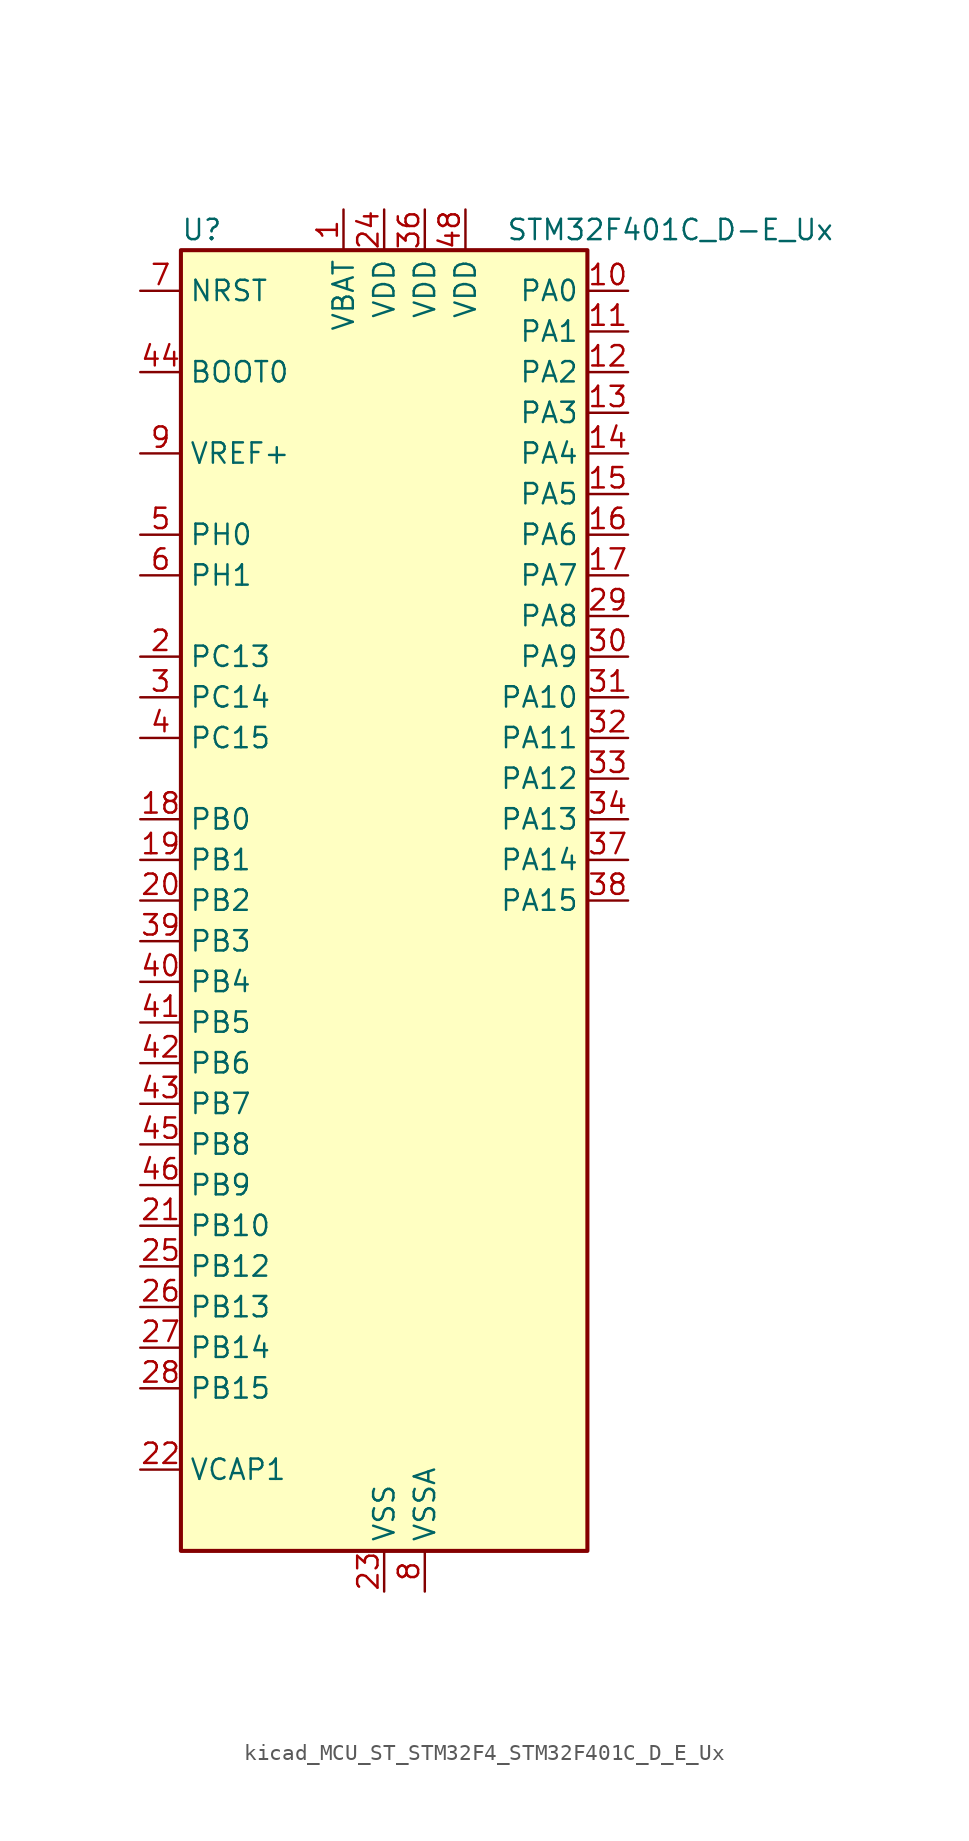
<source format=kicad_sym>
(kicad_symbol_lib
  (version 20220914)
  (generator kicad_symbol_editor)
  (symbol "kicad_MCU_ST_STM32F4_STM32F401C_D_E_Ux"
    (property "Reference" "U"
      (at -12.7 41.91 0)
      (effects (font (size 1.27 1.27)) (justify left)))
    (property "Value" "STM32F401C_D-E_Ux"
      (at 7.62 41.91 0)
      (effects (font (size 1.27 1.27)) (justify left)))
    (property "ki_locked" ""
      (at 0 0 0)
      (effects (font (size 1.27 1.27))))
    (symbol "kicad_MCU_ST_STM32F4_STM32F401C_D_E_Ux_0_1"
      (rectangle (start -12.7 -40.64) (end 12.7 40.64) (stroke (width 0.254) (type default)) (fill (type background))))
    (symbol "kicad_MCU_ST_STM32F4_STM32F401C_D_E_Ux_1_1"
      (pin power_in line (at -2.54 43.18 270) (length 2.54) (name "VBAT" (effects (font (size 1.27 1.27)))) (number "1" (effects (font (size 1.27 1.27)))))
      (pin bidirectional line (at 15.24 38.1 180) (length 2.54) (name "PA0" (effects (font (size 1.27 1.27)))) (number "10" (effects (font (size 1.27 1.27)))) (alternate "ADC1_IN0" bidirectional line) (alternate "SYS_WKUP" bidirectional line) (alternate "TIM2_CH1" bidirectional line) (alternate "TIM2_ETR" bidirectional line) (alternate "TIM5_CH1" bidirectional line) (alternate "USART2_CTS" bidirectional line))
      (pin bidirectional line (at 15.24 35.56 180) (length 2.54) (name "PA1" (effects (font (size 1.27 1.27)))) (number "11" (effects (font (size 1.27 1.27)))) (alternate "ADC1_IN1" bidirectional line) (alternate "TIM2_CH2" bidirectional line) (alternate "TIM5_CH2" bidirectional line) (alternate "USART2_RTS" bidirectional line))
      (pin bidirectional line (at 15.24 33.02 180) (length 2.54) (name "PA2" (effects (font (size 1.27 1.27)))) (number "12" (effects (font (size 1.27 1.27)))) (alternate "ADC1_IN2" bidirectional line) (alternate "TIM2_CH3" bidirectional line) (alternate "TIM5_CH3" bidirectional line) (alternate "TIM9_CH1" bidirectional line) (alternate "USART2_TX" bidirectional line))
      (pin bidirectional line (at 15.24 30.48 180) (length 2.54) (name "PA3" (effects (font (size 1.27 1.27)))) (number "13" (effects (font (size 1.27 1.27)))) (alternate "ADC1_IN3" bidirectional line) (alternate "TIM2_CH4" bidirectional line) (alternate "TIM5_CH4" bidirectional line) (alternate "TIM9_CH2" bidirectional line) (alternate "USART2_RX" bidirectional line))
      (pin bidirectional line (at 15.24 27.94 180) (length 2.54) (name "PA4" (effects (font (size 1.27 1.27)))) (number "14" (effects (font (size 1.27 1.27)))) (alternate "ADC1_IN4" bidirectional line) (alternate "I2S3_WS" bidirectional line) (alternate "SPI1_NSS" bidirectional line) (alternate "SPI3_NSS" bidirectional line) (alternate "USART2_CK" bidirectional line))
      (pin bidirectional line (at 15.24 25.4 180) (length 2.54) (name "PA5" (effects (font (size 1.27 1.27)))) (number "15" (effects (font (size 1.27 1.27)))) (alternate "ADC1_IN5" bidirectional line) (alternate "SPI1_SCK" bidirectional line) (alternate "TIM2_CH1" bidirectional line) (alternate "TIM2_ETR" bidirectional line))
      (pin bidirectional line (at 15.24 22.86 180) (length 2.54) (name "PA6" (effects (font (size 1.27 1.27)))) (number "16" (effects (font (size 1.27 1.27)))) (alternate "ADC1_IN6" bidirectional line) (alternate "SPI1_MISO" bidirectional line) (alternate "TIM1_BKIN" bidirectional line) (alternate "TIM3_CH1" bidirectional line))
      (pin bidirectional line (at 15.24 20.32 180) (length 2.54) (name "PA7" (effects (font (size 1.27 1.27)))) (number "17" (effects (font (size 1.27 1.27)))) (alternate "ADC1_IN7" bidirectional line) (alternate "SPI1_MOSI" bidirectional line) (alternate "TIM1_CH1N" bidirectional line) (alternate "TIM3_CH2" bidirectional line))
      (pin bidirectional line (at -15.24 5.08 0) (length 2.54) (name "PB0" (effects (font (size 1.27 1.27)))) (number "18" (effects (font (size 1.27 1.27)))) (alternate "ADC1_IN8" bidirectional line) (alternate "TIM1_CH2N" bidirectional line) (alternate "TIM3_CH3" bidirectional line))
      (pin bidirectional line (at -15.24 2.54 0) (length 2.54) (name "PB1" (effects (font (size 1.27 1.27)))) (number "19" (effects (font (size 1.27 1.27)))) (alternate "ADC1_IN9" bidirectional line) (alternate "TIM1_CH3N" bidirectional line) (alternate "TIM3_CH4" bidirectional line))
      (pin bidirectional line (at -15.24 15.24 0) (length 2.54) (name "PC13" (effects (font (size 1.27 1.27)))) (number "2" (effects (font (size 1.27 1.27)))) (alternate "RTC_AF1" bidirectional line))
      (pin bidirectional line (at -15.24 0 0) (length 2.54) (name "PB2" (effects (font (size 1.27 1.27)))) (number "20" (effects (font (size 1.27 1.27)))))
      (pin bidirectional line (at -15.24 -20.32 0) (length 2.54) (name "PB10" (effects (font (size 1.27 1.27)))) (number "21" (effects (font (size 1.27 1.27)))) (alternate "I2C2_SCL" bidirectional line) (alternate "I2S2_CK" bidirectional line) (alternate "SPI2_SCK" bidirectional line) (alternate "TIM2_CH3" bidirectional line))
      (pin power_out line (at -15.24 -35.56 0) (length 2.54) (name "VCAP1" (effects (font (size 1.27 1.27)))) (number "22" (effects (font (size 1.27 1.27)))))
      (pin power_in line (at 0 -43.18 90) (length 2.54) (name "VSS" (effects (font (size 1.27 1.27)))) (number "23" (effects (font (size 1.27 1.27)))))
      (pin power_in line (at 0 43.18 270) (length 2.54) (name "VDD" (effects (font (size 1.27 1.27)))) (number "24" (effects (font (size 1.27 1.27)))))
      (pin bidirectional line (at -15.24 -22.86 0) (length 2.54) (name "PB12" (effects (font (size 1.27 1.27)))) (number "25" (effects (font (size 1.27 1.27)))) (alternate "I2C2_SMBA" bidirectional line) (alternate "I2S2_WS" bidirectional line) (alternate "SPI2_NSS" bidirectional line) (alternate "TIM1_BKIN" bidirectional line))
      (pin bidirectional line (at -15.24 -25.4 0) (length 2.54) (name "PB13" (effects (font (size 1.27 1.27)))) (number "26" (effects (font (size 1.27 1.27)))) (alternate "I2S2_CK" bidirectional line) (alternate "SPI2_SCK" bidirectional line) (alternate "TIM1_CH1N" bidirectional line))
      (pin bidirectional line (at -15.24 -27.94 0) (length 2.54) (name "PB14" (effects (font (size 1.27 1.27)))) (number "27" (effects (font (size 1.27 1.27)))) (alternate "I2S2_ext_SD" bidirectional line) (alternate "SPI2_MISO" bidirectional line) (alternate "TIM1_CH2N" bidirectional line))
      (pin bidirectional line (at -15.24 -30.48 0) (length 2.54) (name "PB15" (effects (font (size 1.27 1.27)))) (number "28" (effects (font (size 1.27 1.27)))) (alternate "ADC1_EXTI15" bidirectional line) (alternate "I2S2_SD" bidirectional line) (alternate "RTC_REFIN" bidirectional line) (alternate "SPI2_MOSI" bidirectional line) (alternate "TIM1_CH3N" bidirectional line))
      (pin bidirectional line (at 15.24 17.78 180) (length 2.54) (name "PA8" (effects (font (size 1.27 1.27)))) (number "29" (effects (font (size 1.27 1.27)))) (alternate "I2C3_SCL" bidirectional line) (alternate "RCC_MCO_1" bidirectional line) (alternate "TIM1_CH1" bidirectional line) (alternate "USART1_CK" bidirectional line) (alternate "USB_OTG_FS_SOF" bidirectional line))
      (pin bidirectional line (at -15.24 12.7 0) (length 2.54) (name "PC14" (effects (font (size 1.27 1.27)))) (number "3" (effects (font (size 1.27 1.27)))) (alternate "RCC_OSC32_IN" bidirectional line))
      (pin bidirectional line (at 15.24 15.24 180) (length 2.54) (name "PA9" (effects (font (size 1.27 1.27)))) (number "30" (effects (font (size 1.27 1.27)))) (alternate "I2C3_SMBA" bidirectional line) (alternate "TIM1_CH2" bidirectional line) (alternate "USART1_TX" bidirectional line) (alternate "USB_OTG_FS_VBUS" bidirectional line))
      (pin bidirectional line (at 15.24 12.7 180) (length 2.54) (name "PA10" (effects (font (size 1.27 1.27)))) (number "31" (effects (font (size 1.27 1.27)))) (alternate "TIM1_CH3" bidirectional line) (alternate "USART1_RX" bidirectional line) (alternate "USB_OTG_FS_ID" bidirectional line))
      (pin bidirectional line (at 15.24 10.16 180) (length 2.54) (name "PA11" (effects (font (size 1.27 1.27)))) (number "32" (effects (font (size 1.27 1.27)))) (alternate "ADC1_EXTI11" bidirectional line) (alternate "TIM1_CH4" bidirectional line) (alternate "USART1_CTS" bidirectional line) (alternate "USART6_TX" bidirectional line) (alternate "USB_OTG_FS_DM" bidirectional line))
      (pin bidirectional line (at 15.24 7.62 180) (length 2.54) (name "PA12" (effects (font (size 1.27 1.27)))) (number "33" (effects (font (size 1.27 1.27)))) (alternate "TIM1_ETR" bidirectional line) (alternate "USART1_RTS" bidirectional line) (alternate "USART6_RX" bidirectional line) (alternate "USB_OTG_FS_DP" bidirectional line))
      (pin bidirectional line (at 15.24 5.08 180) (length 2.54) (name "PA13" (effects (font (size 1.27 1.27)))) (number "34" (effects (font (size 1.27 1.27)))) (alternate "SYS_JTMS-SWDIO" bidirectional line))
      (pin passive line (at 0 -43.18 90) (length 2.54) hide (name "VSS" (effects (font (size 1.27 1.27)))) (number "35" (effects (font (size 1.27 1.27)))))
      (pin power_in line (at 2.54 43.18 270) (length 2.54) (name "VDD" (effects (font (size 1.27 1.27)))) (number "36" (effects (font (size 1.27 1.27)))))
      (pin bidirectional line (at 15.24 2.54 180) (length 2.54) (name "PA14" (effects (font (size 1.27 1.27)))) (number "37" (effects (font (size 1.27 1.27)))) (alternate "SYS_JTCK-SWCLK" bidirectional line))
      (pin bidirectional line (at 15.24 0 180) (length 2.54) (name "PA15" (effects (font (size 1.27 1.27)))) (number "38" (effects (font (size 1.27 1.27)))) (alternate "ADC1_EXTI15" bidirectional line) (alternate "I2S3_WS" bidirectional line) (alternate "SPI1_NSS" bidirectional line) (alternate "SPI3_NSS" bidirectional line) (alternate "SYS_JTDI" bidirectional line) (alternate "TIM2_CH1" bidirectional line) (alternate "TIM2_ETR" bidirectional line))
      (pin bidirectional line (at -15.24 -2.54 0) (length 2.54) (name "PB3" (effects (font (size 1.27 1.27)))) (number "39" (effects (font (size 1.27 1.27)))) (alternate "I2C2_SDA" bidirectional line) (alternate "I2S3_CK" bidirectional line) (alternate "SPI1_SCK" bidirectional line) (alternate "SPI3_SCK" bidirectional line) (alternate "SYS_JTDO-SWO" bidirectional line) (alternate "TIM2_CH2" bidirectional line))
      (pin bidirectional line (at -15.24 10.16 0) (length 2.54) (name "PC15" (effects (font (size 1.27 1.27)))) (number "4" (effects (font (size 1.27 1.27)))) (alternate "ADC1_EXTI15" bidirectional line) (alternate "RCC_OSC32_OUT" bidirectional line))
      (pin bidirectional line (at -15.24 -5.08 0) (length 2.54) (name "PB4" (effects (font (size 1.27 1.27)))) (number "40" (effects (font (size 1.27 1.27)))) (alternate "I2C3_SDA" bidirectional line) (alternate "I2S3_ext_SD" bidirectional line) (alternate "SPI1_MISO" bidirectional line) (alternate "SPI3_MISO" bidirectional line) (alternate "SYS_JTRST" bidirectional line) (alternate "TIM3_CH1" bidirectional line))
      (pin bidirectional line (at -15.24 -7.62 0) (length 2.54) (name "PB5" (effects (font (size 1.27 1.27)))) (number "41" (effects (font (size 1.27 1.27)))) (alternate "I2C1_SMBA" bidirectional line) (alternate "I2S3_SD" bidirectional line) (alternate "SPI1_MOSI" bidirectional line) (alternate "SPI3_MOSI" bidirectional line) (alternate "TIM3_CH2" bidirectional line))
      (pin bidirectional line (at -15.24 -10.16 0) (length 2.54) (name "PB6" (effects (font (size 1.27 1.27)))) (number "42" (effects (font (size 1.27 1.27)))) (alternate "I2C1_SCL" bidirectional line) (alternate "TIM4_CH1" bidirectional line) (alternate "USART1_TX" bidirectional line))
      (pin bidirectional line (at -15.24 -12.7 0) (length 2.54) (name "PB7" (effects (font (size 1.27 1.27)))) (number "43" (effects (font (size 1.27 1.27)))) (alternate "I2C1_SDA" bidirectional line) (alternate "TIM4_CH2" bidirectional line) (alternate "USART1_RX" bidirectional line))
      (pin input line (at -15.24 33.02 0) (length 2.54) (name "BOOT0" (effects (font (size 1.27 1.27)))) (number "44" (effects (font (size 1.27 1.27)))))
      (pin bidirectional line (at -15.24 -15.24 0) (length 2.54) (name "PB8" (effects (font (size 1.27 1.27)))) (number "45" (effects (font (size 1.27 1.27)))) (alternate "I2C1_SCL" bidirectional line) (alternate "TIM10_CH1" bidirectional line) (alternate "TIM4_CH3" bidirectional line))
      (pin bidirectional line (at -15.24 -17.78 0) (length 2.54) (name "PB9" (effects (font (size 1.27 1.27)))) (number "46" (effects (font (size 1.27 1.27)))) (alternate "I2C1_SDA" bidirectional line) (alternate "I2S2_WS" bidirectional line) (alternate "SPI2_NSS" bidirectional line) (alternate "TIM11_CH1" bidirectional line) (alternate "TIM4_CH4" bidirectional line))
      (pin passive line (at 0 -43.18 90) (length 2.54) hide (name "VSS" (effects (font (size 1.27 1.27)))) (number "47" (effects (font (size 1.27 1.27)))))
      (pin power_in line (at 5.08 43.18 270) (length 2.54) (name "VDD" (effects (font (size 1.27 1.27)))) (number "48" (effects (font (size 1.27 1.27)))))
      (pin passive line (at 0 -43.18 90) (length 2.54) hide (name "VSS" (effects (font (size 1.27 1.27)))) (number "49" (effects (font (size 1.27 1.27)))))
      (pin bidirectional line (at -15.24 22.86 0) (length 2.54) (name "PH0" (effects (font (size 1.27 1.27)))) (number "5" (effects (font (size 1.27 1.27)))) (alternate "RCC_OSC_IN" bidirectional line))
      (pin bidirectional line (at -15.24 20.32 0) (length 2.54) (name "PH1" (effects (font (size 1.27 1.27)))) (number "6" (effects (font (size 1.27 1.27)))) (alternate "RCC_OSC_OUT" bidirectional line))
      (pin input line (at -15.24 38.1 0) (length 2.54) (name "NRST" (effects (font (size 1.27 1.27)))) (number "7" (effects (font (size 1.27 1.27)))))
      (pin power_in line (at 2.54 -43.18 90) (length 2.54) (name "VSSA" (effects (font (size 1.27 1.27)))) (number "8" (effects (font (size 1.27 1.27)))))
      (pin input line (at -15.24 27.94 0) (length 2.54) (name "VREF+" (effects (font (size 1.27 1.27)))) (number "9" (effects (font (size 1.27 1.27))))))))
</source>
